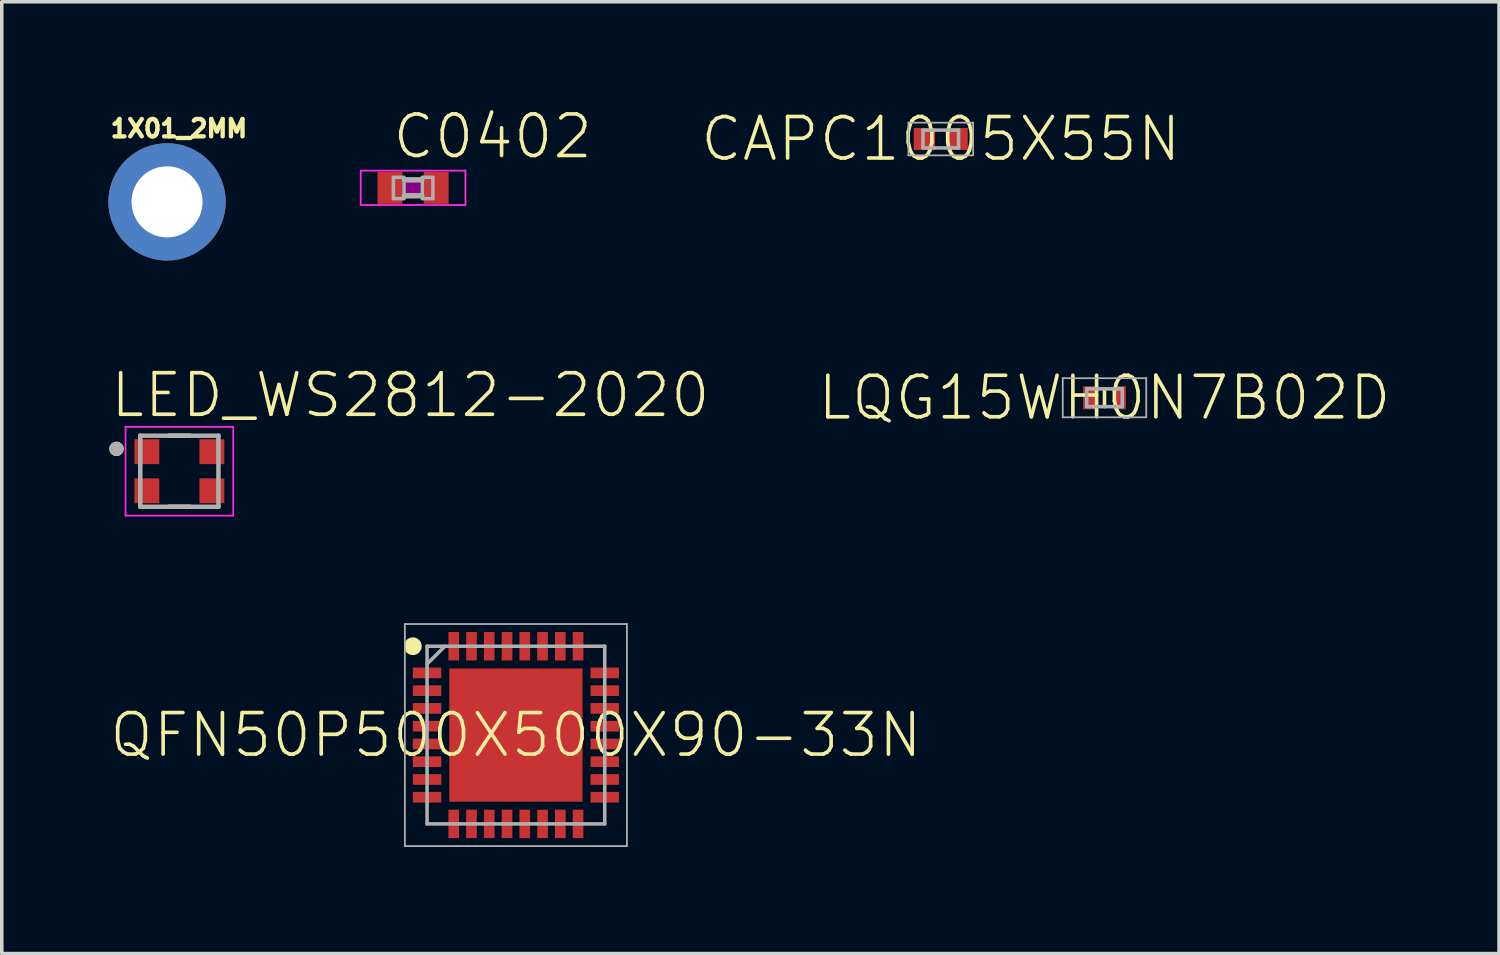
<source format=kicad_pcb>
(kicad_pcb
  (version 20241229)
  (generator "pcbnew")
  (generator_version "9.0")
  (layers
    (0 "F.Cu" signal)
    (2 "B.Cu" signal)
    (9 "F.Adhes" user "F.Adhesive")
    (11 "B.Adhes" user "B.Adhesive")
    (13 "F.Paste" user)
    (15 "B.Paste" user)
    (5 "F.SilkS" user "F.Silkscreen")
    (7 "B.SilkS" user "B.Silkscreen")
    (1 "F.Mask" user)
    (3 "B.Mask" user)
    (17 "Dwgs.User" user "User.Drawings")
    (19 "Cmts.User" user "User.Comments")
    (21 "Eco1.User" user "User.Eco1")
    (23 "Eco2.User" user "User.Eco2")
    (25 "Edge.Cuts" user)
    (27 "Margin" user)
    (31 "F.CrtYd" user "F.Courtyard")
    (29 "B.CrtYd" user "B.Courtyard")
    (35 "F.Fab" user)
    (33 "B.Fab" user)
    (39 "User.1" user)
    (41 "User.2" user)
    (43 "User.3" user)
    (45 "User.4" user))
  (footprint "QFN50P500X500X90-33N"
    (layer "F.Cu")
    (at 11.469 17.637)
    (property "Reference" "QFN50P500X500X90-33N" (at 0 0 0) (layer "F.SilkS") (effects (font (size 1.168 1.168) (thickness 0.102))))
    (fp_circle (center -2.9 -2.5) (end -2.775 -2.5) (stroke (width 0.25) (type solid)) (fill no) (layer "F.SilkS"))
    (fp_line (start -3.125 -3.125) (end 3.125 -3.125) (stroke (width 0.05) (type solid)) (layer "F.Fab"))
    (fp_line (start -3.125 3.125) (end -3.125 -3.125) (stroke (width 0.05) (type solid)) (layer "F.Fab"))
    (fp_line (start -2.5 -2.5) (end 2.5 -2.5) (stroke (width 0.1) (type solid)) (layer "F.Fab"))
    (fp_line (start -2.5 -2) (end -2 -2.5) (stroke (width 0.1) (type solid)) (layer "F.Fab"))
    (fp_line (start -2.5 2.5) (end -2.5 -2.5) (stroke (width 0.1) (type solid)) (layer "F.Fab"))
    (fp_line (start 2.5 -2.5) (end 2.5 2.5) (stroke (width 0.1) (type solid)) (layer "F.Fab"))
    (fp_line (start 2.5 2.5) (end -2.5 2.5) (stroke (width 0.1) (type solid)) (layer "F.Fab"))
    (fp_line (start 3.125 -3.125) (end 3.125 3.125) (stroke (width 0.05) (type solid)) (layer "F.Fab"))
    (fp_line (start 3.125 3.125) (end -3.125 3.125) (stroke (width 0.05) (type solid)) (layer "F.Fab"))
    (pad "1" smd rect (at -2.5 -1.75) (size 0.8 0.3) (layers "F.Cu" "F.Mask" "F.Paste"))
    (pad "2" smd rect (at -2.5 -1.25) (size 0.8 0.3) (layers "F.Cu" "F.Mask" "F.Paste"))
    (pad "3" smd rect (at -2.5 -0.75) (size 0.8 0.3) (layers "F.Cu" "F.Mask" "F.Paste"))
    (pad "4" smd rect (at -2.5 -0.25) (size 0.8 0.3) (layers "F.Cu" "F.Mask" "F.Paste"))
    (pad "5" smd rect (at -2.5 0.25) (size 0.8 0.3) (layers "F.Cu" "F.Mask" "F.Paste"))
    (pad "6" smd rect (at -2.5 0.75) (size 0.8 0.3) (layers "F.Cu" "F.Mask" "F.Paste"))
    (pad "7" smd rect (at -2.5 1.25) (size 0.8 0.3) (layers "F.Cu" "F.Mask" "F.Paste"))
    (pad "8" smd rect (at -2.5 1.75) (size 0.8 0.3) (layers "F.Cu" "F.Mask" "F.Paste"))
    (pad "9" smd rect (at -1.75 2.5 90) (size 0.8 0.3) (layers "F.Cu" "F.Mask" "F.Paste"))
    (pad "10" smd rect (at -1.25 2.5 90) (size 0.8 0.3) (layers "F.Cu" "F.Mask" "F.Paste"))
    (pad "11" smd rect (at -0.75 2.5 90) (size 0.8 0.3) (layers "F.Cu" "F.Mask" "F.Paste"))
    (pad "12" smd rect (at -0.25 2.5 90) (size 0.8 0.3) (layers "F.Cu" "F.Mask" "F.Paste"))
    (pad "13" smd rect (at 0.25 2.5 90) (size 0.8 0.3) (layers "F.Cu" "F.Mask" "F.Paste"))
    (pad "14" smd rect (at 0.75 2.5 90) (size 0.8 0.3) (layers "F.Cu" "F.Mask" "F.Paste"))
    (pad "15" smd rect (at 1.25 2.5 90) (size 0.8 0.3) (layers "F.Cu" "F.Mask" "F.Paste"))
    (pad "16" smd rect (at 1.75 2.5 90) (size 0.8 0.3) (layers "F.Cu" "F.Mask" "F.Paste"))
    (pad "17" smd rect (at 2.5 1.75) (size 0.8 0.3) (layers "F.Cu" "F.Mask" "F.Paste"))
    (pad "18" smd rect (at 2.5 1.25) (size 0.8 0.3) (layers "F.Cu" "F.Mask" "F.Paste"))
    (pad "19" smd rect (at 2.5 0.75) (size 0.8 0.3) (layers "F.Cu" "F.Mask" "F.Paste"))
    (pad "20" smd rect (at 2.5 0.25) (size 0.8 0.3) (layers "F.Cu" "F.Mask" "F.Paste"))
    (pad "21" smd rect (at 2.5 -0.25) (size 0.8 0.3) (layers "F.Cu" "F.Mask" "F.Paste"))
    (pad "22" smd rect (at 2.5 -0.75) (size 0.8 0.3) (layers "F.Cu" "F.Mask" "F.Paste"))
    (pad "23" smd rect (at 2.5 -1.25) (size 0.8 0.3) (layers "F.Cu" "F.Mask" "F.Paste"))
    (pad "24" smd rect (at 2.5 -1.75) (size 0.8 0.3) (layers "F.Cu" "F.Mask" "F.Paste"))
    (pad "25" smd rect (at 1.75 -2.5 90) (size 0.8 0.3) (layers "F.Cu" "F.Mask" "F.Paste"))
    (pad "26" smd rect (at 1.25 -2.5 90) (size 0.8 0.3) (layers "F.Cu" "F.Mask" "F.Paste"))
    (pad "27" smd rect (at 0.75 -2.5 90) (size 0.8 0.3) (layers "F.Cu" "F.Mask" "F.Paste"))
    (pad "28" smd rect (at 0.25 -2.5 90) (size 0.8 0.3) (layers "F.Cu" "F.Mask" "F.Paste"))
    (pad "29" smd rect (at -0.25 -2.5 90) (size 0.8 0.3) (layers "F.Cu" "F.Mask" "F.Paste"))
    (pad "30" smd rect (at -0.75 -2.5 90) (size 0.8 0.3) (layers "F.Cu" "F.Mask" "F.Paste"))
    (pad "31" smd rect (at -1.25 -2.5 90) (size 0.8 0.3) (layers "F.Cu" "F.Mask" "F.Paste"))
    (pad "32" smd rect (at -1.75 -2.5 90) (size 0.8 0.3) (layers "F.Cu" "F.Mask" "F.Paste"))
    (pad "33" smd rect (at 0 0 90) (size 3.75 3.75) (layers "F.Cu" "F.Mask" "F.Paste")))
  (footprint "LED_WS2812-2020"
    (layer "F.Cu")
    (at 1.998 10.212)
    (property "Reference" "LED_WS2812-2020" (at -1.998 -1.456 0) (layer "F.SilkS") (effects (font (size 1.169 1.169) (thickness 0.102)) (justify left bottom)))
    (fp_line (start -0.3 -1) (end 0.3 -1) (stroke (width 0.127) (type solid)) (layer "F.SilkS"))
    (fp_line (start -0.3 1) (end 0.3 1) (stroke (width 0.127) (type solid)) (layer "F.SilkS"))
    (fp_circle (center -1.77 -0.63) (end -1.667 -0.63) (stroke (width 0.2) (type solid)) (fill no) (layer "F.SilkS"))
    (fp_line (start -1.515 -1.25) (end -1.515 1.25) (stroke (width 0.05) (type solid)) (layer "F.CrtYd"))
    (fp_line (start -1.515 1.25) (end 1.515 1.25) (stroke (width 0.05) (type solid)) (layer "F.CrtYd"))
    (fp_line (start 1.515 -1.25) (end -1.515 -1.25) (stroke (width 0.05) (type solid)) (layer "F.CrtYd"))
    (fp_line (start 1.515 1.25) (end 1.515 -1.25) (stroke (width 0.05) (type solid)) (layer "F.CrtYd"))
    (fp_line (start -1.1 -1) (end 1.1 -1) (stroke (width 0.127) (type solid)) (layer "F.Fab"))
    (fp_line (start -1.1 1) (end -1.1 -1) (stroke (width 0.127) (type solid)) (layer "F.Fab"))
    (fp_line (start 1.1 -1) (end 1.1 1) (stroke (width 0.127) (type solid)) (layer "F.Fab"))
    (fp_line (start 1.1 1) (end -1.1 1) (stroke (width 0.127) (type solid)) (layer "F.Fab"))
    (fp_circle (center -1.77 -0.63) (end -1.667 -0.63) (stroke (width 0.2) (type solid)) (fill no) (layer "F.Fab"))
    (pad "1" smd rect (at -0.915 -0.55) (size 0.7 0.7) (layers "F.Cu" "F.Mask" "F.Paste"))
    (pad "2" smd rect (at -0.915 0.55) (size 0.7 0.7) (layers "F.Cu" "F.Mask" "F.Paste"))
    (pad "3" smd rect (at 0.915 0.55 180) (size 0.7 0.7) (layers "F.Cu" "F.Mask" "F.Paste"))
    (pad "4" smd rect (at 0.915 -0.55 180) (size 0.7 0.7) (layers "F.Cu" "F.Mask" "F.Paste")))
  (footprint "1X01_2MM"
    (layer "F.Cu")
    (at 1.651 2.631)
    (property "Reference" "1X01_2MM" (at -1.651 -1.778 0) (layer "F.SilkS") (effects (font (size 0.488 0.488) (thickness 0.122)) (justify left bottom)))
    (pad "1" thru_hole circle (at 0 0 90) (size 3.302 3.302) (drill 2) (layers "*.Cu" "*.Mask")))
  (footprint "C0402"
    (layer "F.Cu")
    (at 8.575 2.235)
    (property "Reference" "C0402" (at -0.635 -0.762 0) (layer "F.SilkS") (effects (font (size 1.168 1.168) (thickness 0.102)) (justify left bottom)))
    (fp_poly (pts (xy -0.2 0.3) (xy 0.2 0.3) (xy 0.2 -0.3) (xy -0.2 -0.3)) (stroke (width 0) (type default)) (fill yes) (layer "F.Adhes"))
    (fp_line (start -1.473 -0.483) (end 1.473 -0.483) (stroke (width 0.051) (type solid)) (layer "F.CrtYd"))
    (fp_line (start -1.473 0.483) (end -1.473 -0.483) (stroke (width 0.051) (type solid)) (layer "F.CrtYd"))
    (fp_line (start 1.473 -0.483) (end 1.473 0.483) (stroke (width 0.051) (type solid)) (layer "F.CrtYd"))
    (fp_line (start 1.473 0.483) (end -1.473 0.483) (stroke (width 0.051) (type solid)) (layer "F.CrtYd"))
    (fp_line (start -0.245 -0.224) (end 0.245 -0.224) (stroke (width 0.152) (type solid)) (layer "F.Fab"))
    (fp_line (start 0.245 0.224) (end -0.245 0.224) (stroke (width 0.152) (type solid)) (layer "F.Fab"))
    (fp_poly (pts (xy -0.554 0.305) (xy -0.254 0.305) (xy -0.254 -0.295) (xy -0.554 -0.295)) (stroke (width 0.1) (type default)) (fill no) (layer "F.Fab"))
    (fp_poly (pts (xy 0.259 0.305) (xy 0.559 0.305) (xy 0.559 -0.295) (xy 0.259 -0.295)) (stroke (width 0.1) (type default)) (fill no) (layer "F.Fab"))
    (pad "1" smd rect (at -0.65 0) (size 0.7 0.9) (layers "F.Cu" "F.Mask" "F.Paste"))
    (pad "2" smd rect (at 0.65 0) (size 0.7 0.9) (layers "F.Cu" "F.Mask" "F.Paste")))
  (footprint "CAPC1005X55N"
    (layer "F.Cu")
    (at 23.426 0.862)
    (property "Reference" "CAPC1005X55N" (at 0 0 0) (layer "F.SilkS") (effects (font (size 1.168 1.168) (thickness 0.102))))
    (fp_line (start -0.91 -0.46) (end 0.91 -0.46) (stroke (width 0.05) (type solid)) (layer "F.Fab"))
    (fp_line (start -0.91 0.46) (end -0.91 -0.46) (stroke (width 0.05) (type solid)) (layer "F.Fab"))
    (fp_line (start -0.5 -0.25) (end 0.5 -0.25) (stroke (width 0.1) (type solid)) (layer "F.Fab"))
    (fp_line (start -0.5 0.25) (end -0.5 -0.25) (stroke (width 0.1) (type solid)) (layer "F.Fab"))
    (fp_line (start 0.5 -0.25) (end 0.5 0.25) (stroke (width 0.1) (type solid)) (layer "F.Fab"))
    (fp_line (start 0.5 0.25) (end -0.5 0.25) (stroke (width 0.1) (type solid)) (layer "F.Fab"))
    (fp_line (start 0.91 -0.46) (end 0.91 0.46) (stroke (width 0.05) (type solid)) (layer "F.Fab"))
    (fp_line (start 0.91 0.46) (end -0.91 0.46) (stroke (width 0.05) (type solid)) (layer "F.Fab"))
    (pad "1" smd rect (at -0.46 0 90) (size 0.62 0.6) (layers "F.Cu" "F.Mask" "F.Paste"))
    (pad "2" smd rect (at 0.46 0 90) (size 0.62 0.6) (layers "F.Cu" "F.Mask" "F.Paste")))
  (footprint "LQG15WH0N7B02D"
    (layer "F.Cu")
    (at 28.034 8.144)
    (property "Reference" "LQG15WH0N7B02D" (at 0 0 0) (layer "F.SilkS") (effects (font (size 1.168 1.168) (thickness 0.102))))
    (fp_line (start 0 -0.25) (end 0 0.25) (stroke (width 0.1) (type solid)) (layer "F.SilkS"))
    (fp_line (start -1.175 -0.55) (end 1.175 -0.55) (stroke (width 0.05) (type solid)) (layer "F.Fab"))
    (fp_line (start -1.175 0.55) (end -1.175 -0.55) (stroke (width 0.05) (type solid)) (layer "F.Fab"))
    (fp_line (start -0.5 -0.25) (end 0.5 -0.25) (stroke (width 0.1) (type solid)) (layer "F.Fab"))
    (fp_line (start -0.5 0.25) (end -0.5 -0.25) (stroke (width 0.1) (type solid)) (layer "F.Fab"))
    (fp_line (start 0.5 -0.25) (end 0.5 0.25) (stroke (width 0.1) (type solid)) (layer "F.Fab"))
    (fp_line (start 0.5 0.25) (end -0.5 0.25) (stroke (width 0.1) (type solid)) (layer "F.Fab"))
    (fp_line (start 1.175 -0.55) (end 1.175 0.55) (stroke (width 0.05) (type solid)) (layer "F.Fab"))
    (fp_line (start 1.175 0.55) (end -1.175 0.55) (stroke (width 0.05) (type solid)) (layer "F.Fab"))
    (pad "1" smd rect (at -0.425 0 90) (size 0.65 0.35) (layers "F.Cu" "F.Mask" "F.Paste"))
    (pad "2" smd rect (at 0.425 0 90) (size 0.65 0.35) (layers "F.Cu" "F.Mask" "F.Paste")))
  (gr_rect
    (start -3 -3)
    (end 39.138 23.787)
    (stroke (width 0.1) (type default))
    (fill no)
    (layer "Edge.Cuts")))
</source>
